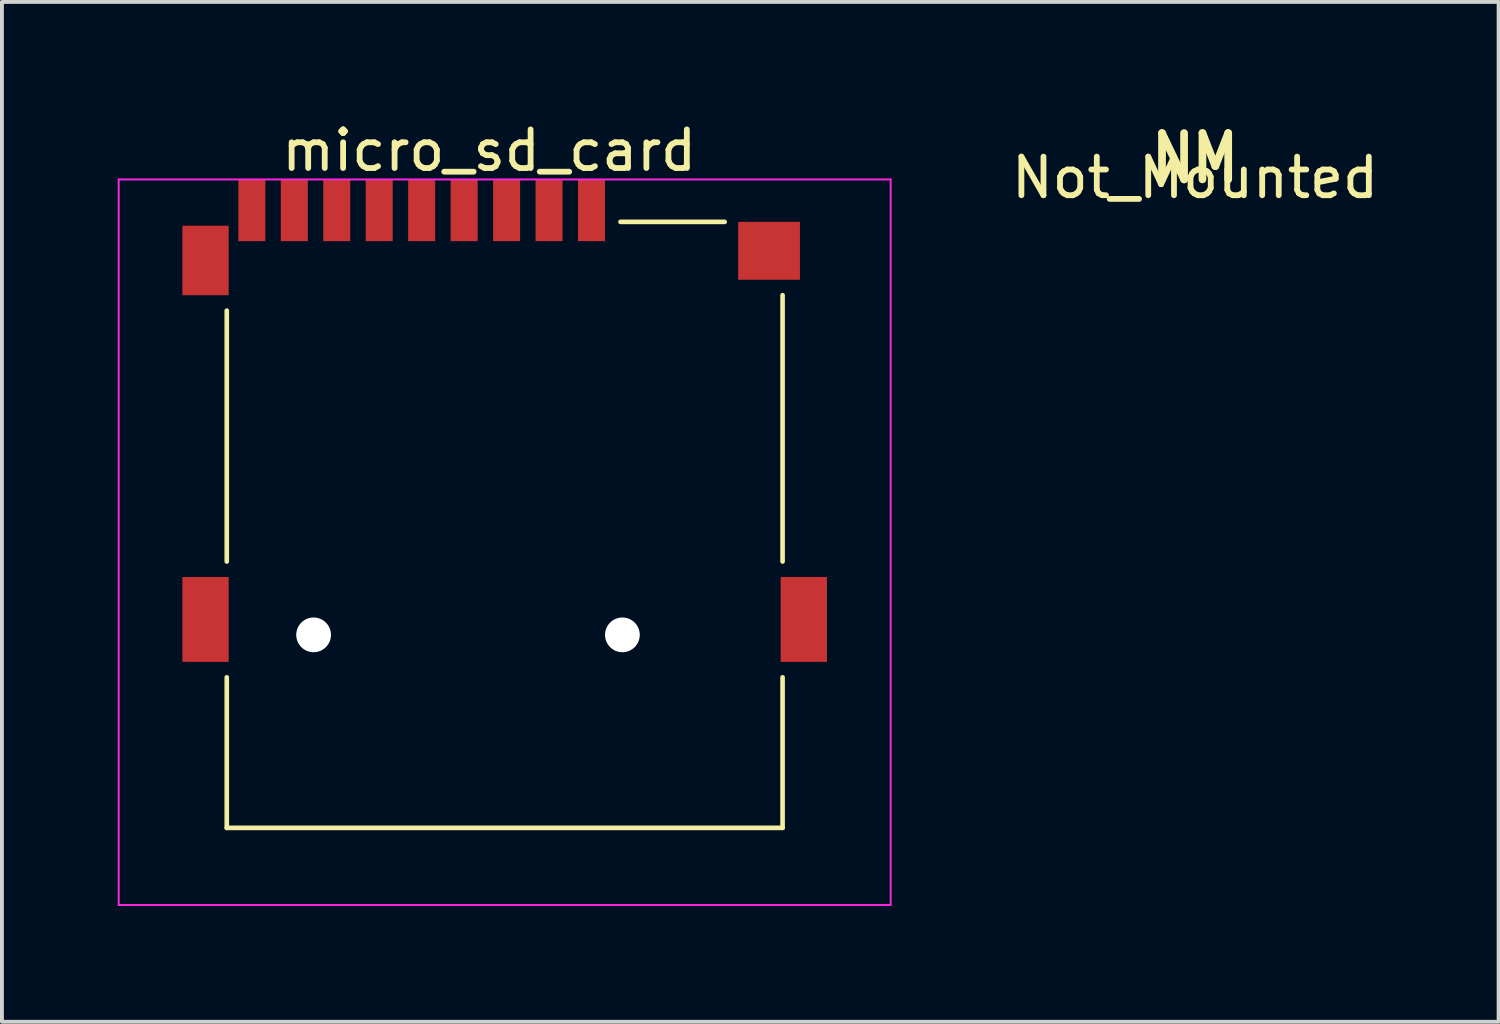
<source format=kicad_pcb>
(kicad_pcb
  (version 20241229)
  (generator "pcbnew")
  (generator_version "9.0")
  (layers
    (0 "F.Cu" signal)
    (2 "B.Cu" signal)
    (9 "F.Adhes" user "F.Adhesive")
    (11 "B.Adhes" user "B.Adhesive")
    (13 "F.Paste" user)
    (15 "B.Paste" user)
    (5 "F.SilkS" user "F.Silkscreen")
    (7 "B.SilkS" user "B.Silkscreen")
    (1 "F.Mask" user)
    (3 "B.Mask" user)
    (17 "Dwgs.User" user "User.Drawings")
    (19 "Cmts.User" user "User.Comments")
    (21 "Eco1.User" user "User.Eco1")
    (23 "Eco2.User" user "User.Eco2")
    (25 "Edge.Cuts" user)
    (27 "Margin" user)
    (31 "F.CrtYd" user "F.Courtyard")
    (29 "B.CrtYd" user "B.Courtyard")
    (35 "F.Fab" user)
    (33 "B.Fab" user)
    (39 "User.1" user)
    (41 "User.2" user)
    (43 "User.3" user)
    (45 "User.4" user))
  (footprint "Not_Mounted"
    (layer "F.Cu")
    (at 27.913 1.053)
    (property "Reference" "Not_Mounted" (at 0 0.5 0) (layer "F.SilkS") (effects (font (size 1 1) (thickness 0.15))))
    (attr through_hole)
    (fp_text user "NM" (at 0 0 0) (layer "F.SilkS") (effects (font (size 1.2 1) (thickness 0.2)))))
  (footprint "micro_sd_card"
    (layer "F.Cu")
    (at 10.025 13.398)
    (property "Reference" "micro_sd_card" (at -0.4 -12.55 0) (layer "F.SilkS") (effects (font (size 1 1) (thickness 0.15))))
    (attr smd)
    (fp_line (start -7.2 -8.4) (end -7.2 -1.9) (stroke (width 0.12) (type solid)) (layer "F.SilkS"))
    (fp_line (start -7.2 5) (end -7.2 1.1) (stroke (width 0.12) (type solid)) (layer "F.SilkS"))
    (fp_line (start 5.7 -10.7) (end 3 -10.7) (stroke (width 0.12) (type solid)) (layer "F.SilkS"))
    (fp_line (start 7.2 -1.9) (end 7.2 -8.8) (stroke (width 0.12) (type solid)) (layer "F.SilkS"))
    (fp_line (start 7.2 1.1) (end 7.2 5) (stroke (width 0.12) (type solid)) (layer "F.SilkS"))
    (fp_line (start 7.2 5) (end -7.2 5) (stroke (width 0.12) (type solid)) (layer "F.SilkS"))
    (fp_line (start -10 -11.8) (end 10 -11.8) (stroke (width 0.05) (type solid)) (layer "F.CrtYd"))
    (fp_line (start -10 7) (end -10 -11.8) (stroke (width 0.05) (type solid)) (layer "F.CrtYd"))
    (fp_line (start 10 -11.8) (end 10 7) (stroke (width 0.05) (type solid)) (layer "F.CrtYd"))
    (fp_line (start 10 7) (end -10 7) (stroke (width 0.05) (type solid)) (layer "F.CrtYd"))
    (pad "" np_thru_hole circle (at -4.95 0) (size 0.9 0.9) (drill 0.9) (layers "*.Cu" "*.Mask"))
    (pad "" np_thru_hole circle (at 3.05 0) (size 0.9 0.9) (drill 0.9) (layers "*.Cu" "*.Mask"))
    (pad "1" smd rect (at 2.25 -11) (size 0.7 1.6) (layers "F.Cu" "F.Mask" "F.Paste"))
    (pad "2" smd rect (at 1.15 -11) (size 0.7 1.6) (layers "F.Cu" "F.Mask" "F.Paste"))
    (pad "3" smd rect (at 0.05 -11) (size 0.7 1.6) (layers "F.Cu" "F.Mask" "F.Paste"))
    (pad "4" smd rect (at -1.05 -11) (size 0.7 1.6) (layers "F.Cu" "F.Mask" "F.Paste"))
    (pad "5" smd rect (at -2.15 -11) (size 0.7 1.6) (layers "F.Cu" "F.Mask" "F.Paste"))
    (pad "6" smd rect (at -3.25 -11) (size 0.7 1.6) (layers "F.Cu" "F.Mask" "F.Paste"))
    (pad "7" smd rect (at -4.35 -11) (size 0.7 1.6) (layers "F.Cu" "F.Mask" "F.Paste"))
    (pad "8" smd rect (at -5.45 -11) (size 0.7 1.6) (layers "F.Cu" "F.Mask" "F.Paste"))
    (pad "9" smd rect (at -7.75 -9.7) (size 1.2 1.8) (layers "F.Cu" "F.Mask" "F.Paste"))
    (pad "9" smd rect (at -7.75 -0.4) (size 1.2 2.2) (layers "F.Cu" "F.Mask" "F.Paste"))
    (pad "9" smd rect (at 6.85 -9.95) (size 1.6 1.5) (layers "F.Cu" "F.Mask" "F.Paste"))
    (pad "9" smd rect (at 7.75 -0.4) (size 1.2 2.2) (layers "F.Cu" "F.Mask" "F.Paste"))
    (pad "CD" smd rect (at -6.55 -11) (size 0.7 1.6) (layers "F.Cu" "F.Mask" "F.Paste")))
  (gr_rect
    (start -3 -3)
    (end 35.776 23.423)
    (stroke (width 0.1) (type default))
    (fill no)
    (layer "Edge.Cuts")))
</source>
